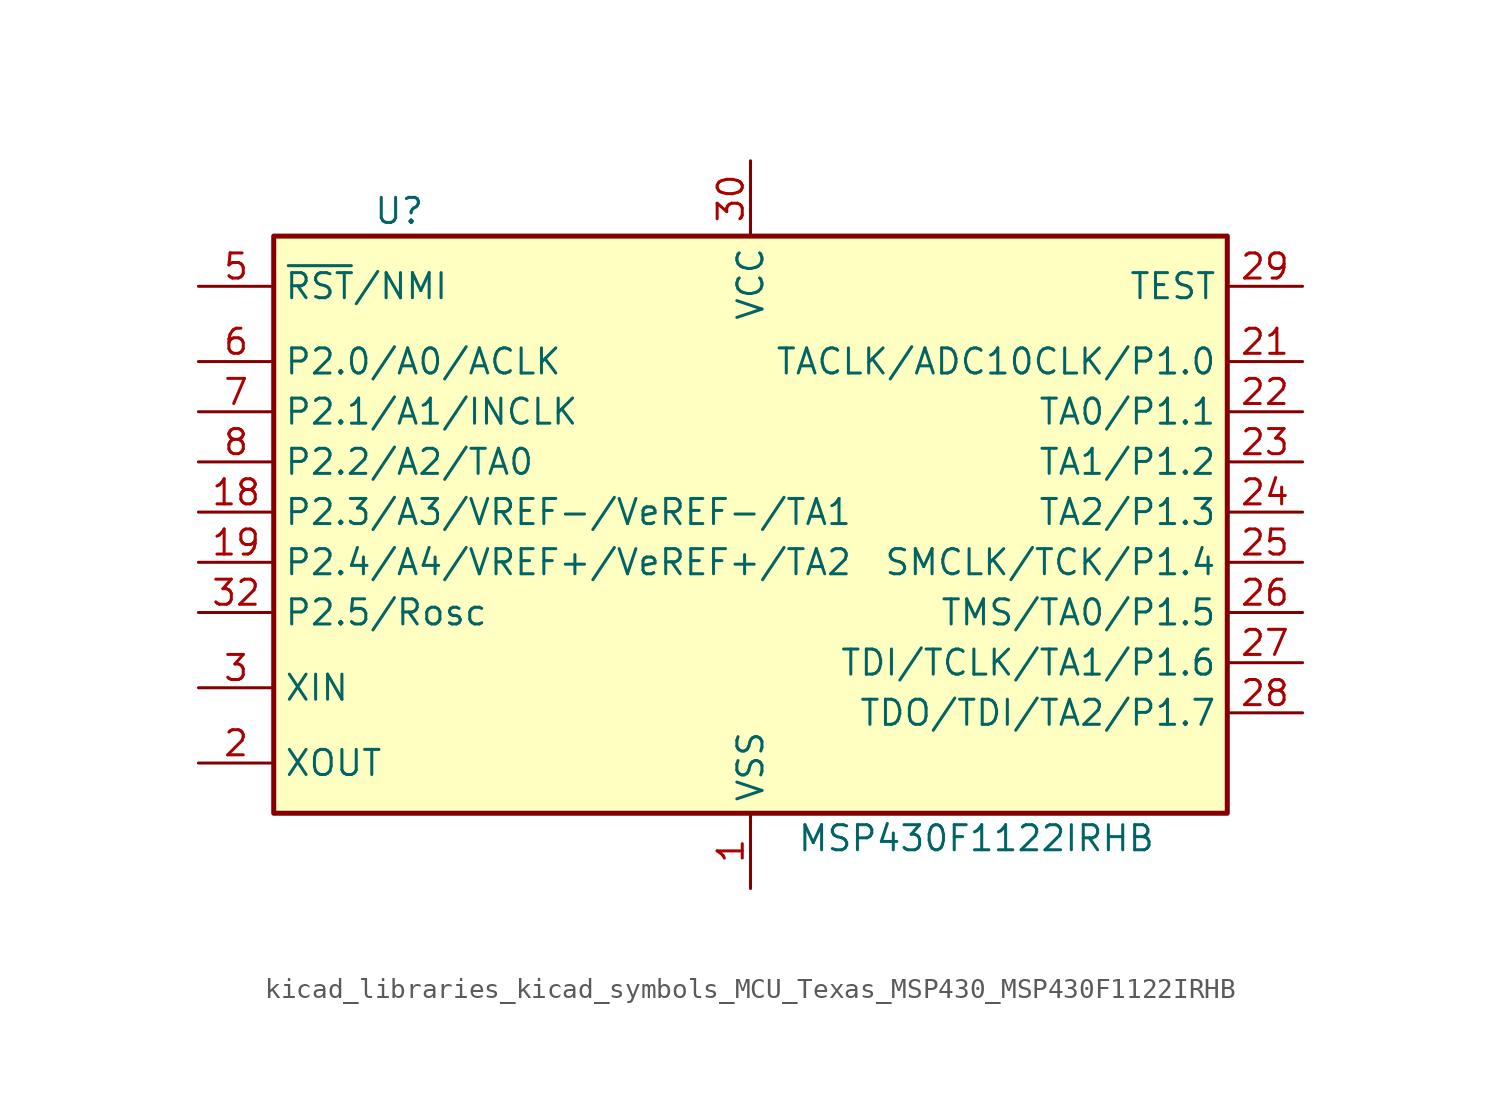
<source format=kicad_sym>
(kicad_symbol_lib
  (version 20220914)
  (generator kicad_symbol_editor)
  (symbol "kicad_libraries_kicad_symbols_MCU_Texas_MSP430_MSP430F1122IRHB"
    (property "Reference" "U"
      (at -17.78 15.24 0)
      (effects (font (size 1.27 1.27))))
    (property "Value" "MSP430F1122IRHB"
      (at 11.43 -16.51 0)
      (effects (font (size 1.27 1.27))))
    (symbol "kicad_libraries_kicad_symbols_MCU_Texas_MSP430_MSP430F1122IRHB_0_1"
      (rectangle (start -24.13 13.97) (end 24.13 -15.24) (stroke (width 0.254) (type default)) (fill (type background))))
    (symbol "kicad_libraries_kicad_symbols_MCU_Texas_MSP430_MSP430F1122IRHB_1_1"
      (pin power_in line (at 0 -19.05 90) (length 3.81) (name "VSS" (effects (font (size 1.27 1.27)))) (number "1" (effects (font (size 1.27 1.27)))))
      (pin bidirectional line (at -27.94 0 0) (length 3.81) (name "P2.3/A3/VREF-/VeREF-/TA1" (effects (font (size 1.27 1.27)))) (number "18" (effects (font (size 1.27 1.27)))))
      (pin bidirectional line (at -27.94 -2.54 0) (length 3.81) (name "P2.4/A4/VREF+/VeREF+/TA2" (effects (font (size 1.27 1.27)))) (number "19" (effects (font (size 1.27 1.27)))))
      (pin output line (at -27.94 -12.7 0) (length 3.81) (name "XOUT" (effects (font (size 1.27 1.27)))) (number "2" (effects (font (size 1.27 1.27)))))
      (pin bidirectional line (at 27.94 7.62 180) (length 3.81) (name "TACLK/ADC10CLK/P1.0" (effects (font (size 1.27 1.27)))) (number "21" (effects (font (size 1.27 1.27)))))
      (pin bidirectional line (at 27.94 5.08 180) (length 3.81) (name "TA0/P1.1" (effects (font (size 1.27 1.27)))) (number "22" (effects (font (size 1.27 1.27)))))
      (pin bidirectional line (at 27.94 2.54 180) (length 3.81) (name "TA1/P1.2" (effects (font (size 1.27 1.27)))) (number "23" (effects (font (size 1.27 1.27)))))
      (pin bidirectional line (at 27.94 0 180) (length 3.81) (name "TA2/P1.3" (effects (font (size 1.27 1.27)))) (number "24" (effects (font (size 1.27 1.27)))))
      (pin bidirectional line (at 27.94 -2.54 180) (length 3.81) (name "SMCLK/TCK/P1.4" (effects (font (size 1.27 1.27)))) (number "25" (effects (font (size 1.27 1.27)))))
      (pin bidirectional line (at 27.94 -5.08 180) (length 3.81) (name "TMS/TA0/P1.5" (effects (font (size 1.27 1.27)))) (number "26" (effects (font (size 1.27 1.27)))))
      (pin bidirectional line (at 27.94 -7.62 180) (length 3.81) (name "TDI/TCLK/TA1/P1.6" (effects (font (size 1.27 1.27)))) (number "27" (effects (font (size 1.27 1.27)))))
      (pin bidirectional line (at 27.94 -10.16 180) (length 3.81) (name "TDO/TDI/TA2/P1.7" (effects (font (size 1.27 1.27)))) (number "28" (effects (font (size 1.27 1.27)))))
      (pin input line (at 27.94 11.43 180) (length 3.81) (name "TEST" (effects (font (size 1.27 1.27)))) (number "29" (effects (font (size 1.27 1.27)))))
      (pin input line (at -27.94 -8.89 0) (length 3.81) (name "XIN" (effects (font (size 1.27 1.27)))) (number "3" (effects (font (size 1.27 1.27)))))
      (pin power_in line (at 0 17.78 270) (length 3.81) (name "VCC" (effects (font (size 1.27 1.27)))) (number "30" (effects (font (size 1.27 1.27)))))
      (pin bidirectional line (at -27.94 -5.08 0) (length 3.81) (name "P2.5/Rosc" (effects (font (size 1.27 1.27)))) (number "32" (effects (font (size 1.27 1.27)))))
      (pin input line (at -27.94 11.43 0) (length 3.81) (name "~{RST}/NMI" (effects (font (size 1.27 1.27)))) (number "5" (effects (font (size 1.27 1.27)))))
      (pin bidirectional line (at -27.94 7.62 0) (length 3.81) (name "P2.0/A0/ACLK" (effects (font (size 1.27 1.27)))) (number "6" (effects (font (size 1.27 1.27)))))
      (pin bidirectional line (at -27.94 5.08 0) (length 3.81) (name "P2.1/A1/INCLK" (effects (font (size 1.27 1.27)))) (number "7" (effects (font (size 1.27 1.27)))))
      (pin bidirectional line (at -27.94 2.54 0) (length 3.81) (name "P2.2/A2/TA0" (effects (font (size 1.27 1.27)))) (number "8" (effects (font (size 1.27 1.27))))))))
</source>
